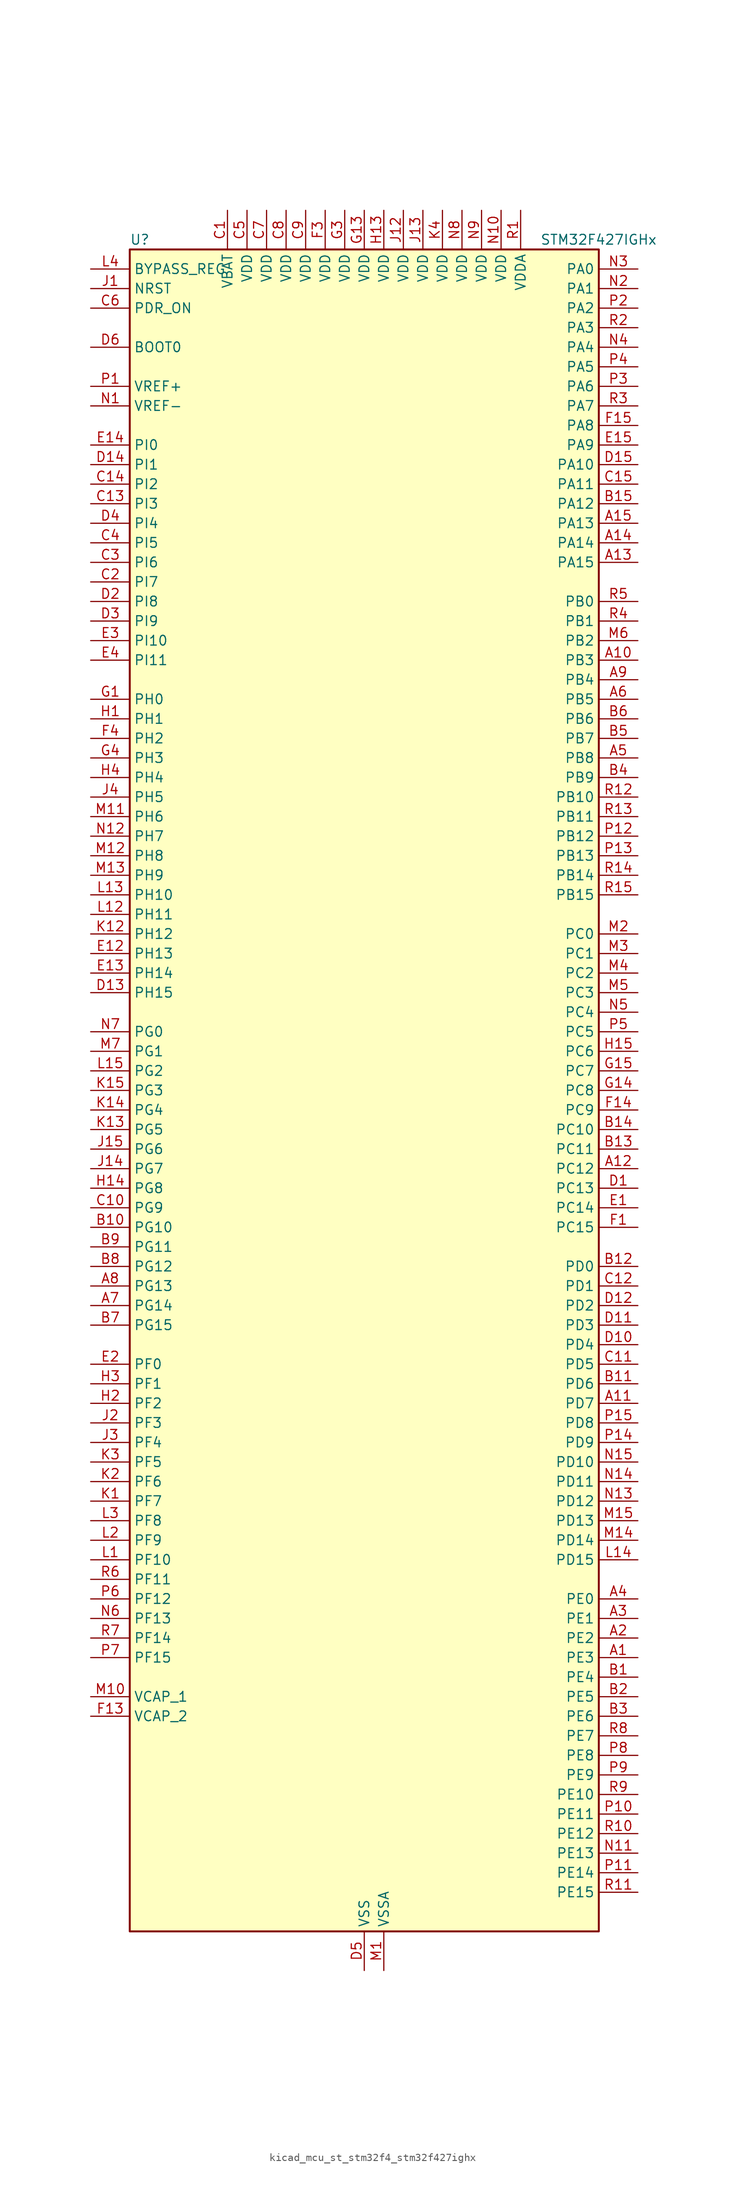
<source format=kicad_sym>
(kicad_symbol_lib
  (version 20220914)
  (generator kicad_symbol_editor)
  (symbol "kicad_mcu_st_stm32f4_stm32f427ighx"
    (property "Reference" "U"
      (at -30.48 110.49 0)
      (effects (font (size 1.27 1.27)) (justify left)))
    (property "Value" "STM32F427IGHx"
      (at 22.86 110.49 0)
      (effects (font (size 1.27 1.27)) (justify left)))
    (property "ki_locked" ""
      (at 0 0 0)
      (effects (font (size 1.27 1.27))))
    (symbol "kicad_mcu_st_stm32f4_stm32f427ighx_0_1"
      (rectangle (start -30.48 -109.22) (end 30.48 109.22) (stroke (width 0.254) (type default)) (fill (type background))))
    (symbol "kicad_mcu_st_stm32f4_stm32f427ighx_1_1"
      (pin bidirectional line (at 35.56 -73.66 180) (length 5.08) (name "PE3" (effects (font (size 1.27 1.27)))) (number "A1" (effects (font (size 1.27 1.27)))) (alternate "FMC_A19" bidirectional line) (alternate "SAI1_SD_B" bidirectional line) (alternate "SYS_TRACED0" bidirectional line))
      (pin bidirectional line (at 35.56 55.88 180) (length 5.08) (name "PB3" (effects (font (size 1.27 1.27)))) (number "A10" (effects (font (size 1.27 1.27)))) (alternate "I2S3_CK" bidirectional line) (alternate "SPI1_SCK" bidirectional line) (alternate "SPI3_SCK" bidirectional line) (alternate "SYS_JTDO-SWO" bidirectional line) (alternate "TIM2_CH2" bidirectional line))
      (pin bidirectional line (at 35.56 -40.64 180) (length 5.08) (name "PD7" (effects (font (size 1.27 1.27)))) (number "A11" (effects (font (size 1.27 1.27)))) (alternate "FMC_NCE2" bidirectional line) (alternate "FMC_NE1" bidirectional line) (alternate "USART2_CK" bidirectional line))
      (pin bidirectional line (at 35.56 -10.16 180) (length 5.08) (name "PC12" (effects (font (size 1.27 1.27)))) (number "A12" (effects (font (size 1.27 1.27)))) (alternate "DCMI_D9" bidirectional line) (alternate "I2S3_SD" bidirectional line) (alternate "SDIO_CK" bidirectional line) (alternate "SPI3_MOSI" bidirectional line) (alternate "UART5_TX" bidirectional line) (alternate "USART3_CK" bidirectional line))
      (pin bidirectional line (at 35.56 68.58 180) (length 5.08) (name "PA15" (effects (font (size 1.27 1.27)))) (number "A13" (effects (font (size 1.27 1.27)))) (alternate "ADC1_EXTI15" bidirectional line) (alternate "ADC2_EXTI15" bidirectional line) (alternate "ADC3_EXTI15" bidirectional line) (alternate "I2S3_WS" bidirectional line) (alternate "SPI1_NSS" bidirectional line) (alternate "SPI3_NSS" bidirectional line) (alternate "SYS_JTDI" bidirectional line) (alternate "TIM2_CH1" bidirectional line) (alternate "TIM2_ETR" bidirectional line))
      (pin bidirectional line (at 35.56 71.12 180) (length 5.08) (name "PA14" (effects (font (size 1.27 1.27)))) (number "A14" (effects (font (size 1.27 1.27)))) (alternate "SYS_JTCK-SWCLK" bidirectional line))
      (pin bidirectional line (at 35.56 73.66 180) (length 5.08) (name "PA13" (effects (font (size 1.27 1.27)))) (number "A15" (effects (font (size 1.27 1.27)))) (alternate "SYS_JTMS-SWDIO" bidirectional line))
      (pin bidirectional line (at 35.56 -71.12 180) (length 5.08) (name "PE2" (effects (font (size 1.27 1.27)))) (number "A2" (effects (font (size 1.27 1.27)))) (alternate "ETH_TXD3" bidirectional line) (alternate "FMC_A23" bidirectional line) (alternate "SAI1_MCLK_A" bidirectional line) (alternate "SPI4_SCK" bidirectional line) (alternate "SYS_TRACECLK" bidirectional line))
      (pin bidirectional line (at 35.56 -68.58 180) (length 5.08) (name "PE1" (effects (font (size 1.27 1.27)))) (number "A3" (effects (font (size 1.27 1.27)))) (alternate "DCMI_D3" bidirectional line) (alternate "FMC_NBL1" bidirectional line) (alternate "UART8_TX" bidirectional line))
      (pin bidirectional line (at 35.56 -66.04 180) (length 5.08) (name "PE0" (effects (font (size 1.27 1.27)))) (number "A4" (effects (font (size 1.27 1.27)))) (alternate "DCMI_D2" bidirectional line) (alternate "FMC_NBL0" bidirectional line) (alternate "TIM4_ETR" bidirectional line) (alternate "UART8_RX" bidirectional line))
      (pin bidirectional line (at 35.56 43.18 180) (length 5.08) (name "PB8" (effects (font (size 1.27 1.27)))) (number "A5" (effects (font (size 1.27 1.27)))) (alternate "CAN1_RX" bidirectional line) (alternate "DCMI_D6" bidirectional line) (alternate "ETH_TXD3" bidirectional line) (alternate "I2C1_SCL" bidirectional line) (alternate "SDIO_D4" bidirectional line) (alternate "TIM10_CH1" bidirectional line) (alternate "TIM4_CH3" bidirectional line))
      (pin bidirectional line (at 35.56 50.8 180) (length 5.08) (name "PB5" (effects (font (size 1.27 1.27)))) (number "A6" (effects (font (size 1.27 1.27)))) (alternate "CAN2_RX" bidirectional line) (alternate "DCMI_D10" bidirectional line) (alternate "ETH_PPS_OUT" bidirectional line) (alternate "FMC_SDCKE1" bidirectional line) (alternate "I2C1_SMBA" bidirectional line) (alternate "I2S3_SD" bidirectional line) (alternate "SPI1_MOSI" bidirectional line) (alternate "SPI3_MOSI" bidirectional line) (alternate "TIM3_CH2" bidirectional line) (alternate "USB_OTG_HS_ULPI_D7" bidirectional line))
      (pin bidirectional line (at -35.56 -27.94 0) (length 5.08) (name "PG14" (effects (font (size 1.27 1.27)))) (number "A7" (effects (font (size 1.27 1.27)))) (alternate "ETH_TXD1" bidirectional line) (alternate "FMC_A25" bidirectional line) (alternate "SPI6_MOSI" bidirectional line) (alternate "USART6_TX" bidirectional line))
      (pin bidirectional line (at -35.56 -25.4 0) (length 5.08) (name "PG13" (effects (font (size 1.27 1.27)))) (number "A8" (effects (font (size 1.27 1.27)))) (alternate "ETH_TXD0" bidirectional line) (alternate "FMC_A24" bidirectional line) (alternate "SPI6_SCK" bidirectional line) (alternate "USART6_CTS" bidirectional line))
      (pin bidirectional line (at 35.56 53.34 180) (length 5.08) (name "PB4" (effects (font (size 1.27 1.27)))) (number "A9" (effects (font (size 1.27 1.27)))) (alternate "I2S3_ext_SD" bidirectional line) (alternate "SPI1_MISO" bidirectional line) (alternate "SPI3_MISO" bidirectional line) (alternate "SYS_JTRST" bidirectional line) (alternate "TIM3_CH1" bidirectional line))
      (pin bidirectional line (at 35.56 -76.2 180) (length 5.08) (name "PE4" (effects (font (size 1.27 1.27)))) (number "B1" (effects (font (size 1.27 1.27)))) (alternate "DCMI_D4" bidirectional line) (alternate "FMC_A20" bidirectional line) (alternate "SAI1_FS_A" bidirectional line) (alternate "SPI4_NSS" bidirectional line) (alternate "SYS_TRACED1" bidirectional line))
      (pin bidirectional line (at -35.56 -17.78 0) (length 5.08) (name "PG10" (effects (font (size 1.27 1.27)))) (number "B10" (effects (font (size 1.27 1.27)))) (alternate "DCMI_D2" bidirectional line) (alternate "FMC_NCE4_1" bidirectional line) (alternate "FMC_NE3" bidirectional line))
      (pin bidirectional line (at 35.56 -38.1 180) (length 5.08) (name "PD6" (effects (font (size 1.27 1.27)))) (number "B11" (effects (font (size 1.27 1.27)))) (alternate "DCMI_D10" bidirectional line) (alternate "FMC_NWAIT" bidirectional line) (alternate "I2S3_SD" bidirectional line) (alternate "SAI1_SD_A" bidirectional line) (alternate "SPI3_MOSI" bidirectional line) (alternate "USART2_RX" bidirectional line))
      (pin bidirectional line (at 35.56 -22.86 180) (length 5.08) (name "PD0" (effects (font (size 1.27 1.27)))) (number "B12" (effects (font (size 1.27 1.27)))) (alternate "CAN1_RX" bidirectional line) (alternate "FMC_D2" bidirectional line) (alternate "FMC_DA2" bidirectional line))
      (pin bidirectional line (at 35.56 -7.62 180) (length 5.08) (name "PC11" (effects (font (size 1.27 1.27)))) (number "B13" (effects (font (size 1.27 1.27)))) (alternate "ADC1_EXTI11" bidirectional line) (alternate "ADC2_EXTI11" bidirectional line) (alternate "ADC3_EXTI11" bidirectional line) (alternate "DCMI_D4" bidirectional line) (alternate "I2S3_ext_SD" bidirectional line) (alternate "SDIO_D3" bidirectional line) (alternate "SPI3_MISO" bidirectional line) (alternate "UART4_RX" bidirectional line) (alternate "USART3_RX" bidirectional line))
      (pin bidirectional line (at 35.56 -5.08 180) (length 5.08) (name "PC10" (effects (font (size 1.27 1.27)))) (number "B14" (effects (font (size 1.27 1.27)))) (alternate "DCMI_D8" bidirectional line) (alternate "I2S3_CK" bidirectional line) (alternate "SDIO_D2" bidirectional line) (alternate "SPI3_SCK" bidirectional line) (alternate "UART4_TX" bidirectional line) (alternate "USART3_TX" bidirectional line))
      (pin bidirectional line (at 35.56 76.2 180) (length 5.08) (name "PA12" (effects (font (size 1.27 1.27)))) (number "B15" (effects (font (size 1.27 1.27)))) (alternate "CAN1_TX" bidirectional line) (alternate "TIM1_ETR" bidirectional line) (alternate "USART1_RTS" bidirectional line) (alternate "USB_OTG_FS_DP" bidirectional line))
      (pin bidirectional line (at 35.56 -78.74 180) (length 5.08) (name "PE5" (effects (font (size 1.27 1.27)))) (number "B2" (effects (font (size 1.27 1.27)))) (alternate "DCMI_D6" bidirectional line) (alternate "FMC_A21" bidirectional line) (alternate "SAI1_SCK_A" bidirectional line) (alternate "SPI4_MISO" bidirectional line) (alternate "SYS_TRACED2" bidirectional line) (alternate "TIM9_CH1" bidirectional line))
      (pin bidirectional line (at 35.56 -81.28 180) (length 5.08) (name "PE6" (effects (font (size 1.27 1.27)))) (number "B3" (effects (font (size 1.27 1.27)))) (alternate "DCMI_D7" bidirectional line) (alternate "FMC_A22" bidirectional line) (alternate "SAI1_SD_A" bidirectional line) (alternate "SPI4_MOSI" bidirectional line) (alternate "SYS_TRACED3" bidirectional line) (alternate "TIM9_CH2" bidirectional line))
      (pin bidirectional line (at 35.56 40.64 180) (length 5.08) (name "PB9" (effects (font (size 1.27 1.27)))) (number "B4" (effects (font (size 1.27 1.27)))) (alternate "CAN1_TX" bidirectional line) (alternate "DAC_EXTI9" bidirectional line) (alternate "DCMI_D7" bidirectional line) (alternate "I2C1_SDA" bidirectional line) (alternate "I2S2_WS" bidirectional line) (alternate "SDIO_D5" bidirectional line) (alternate "SPI2_NSS" bidirectional line) (alternate "TIM11_CH1" bidirectional line) (alternate "TIM4_CH4" bidirectional line))
      (pin bidirectional line (at 35.56 45.72 180) (length 5.08) (name "PB7" (effects (font (size 1.27 1.27)))) (number "B5" (effects (font (size 1.27 1.27)))) (alternate "DCMI_VSYNC" bidirectional line) (alternate "FMC_NL" bidirectional line) (alternate "I2C1_SDA" bidirectional line) (alternate "TIM4_CH2" bidirectional line) (alternate "USART1_RX" bidirectional line))
      (pin bidirectional line (at 35.56 48.26 180) (length 5.08) (name "PB6" (effects (font (size 1.27 1.27)))) (number "B6" (effects (font (size 1.27 1.27)))) (alternate "CAN2_TX" bidirectional line) (alternate "DCMI_D5" bidirectional line) (alternate "FMC_SDNE1" bidirectional line) (alternate "I2C1_SCL" bidirectional line) (alternate "TIM4_CH1" bidirectional line) (alternate "USART1_TX" bidirectional line))
      (pin bidirectional line (at -35.56 -30.48 0) (length 5.08) (name "PG15" (effects (font (size 1.27 1.27)))) (number "B7" (effects (font (size 1.27 1.27)))) (alternate "ADC1_EXTI15" bidirectional line) (alternate "ADC2_EXTI15" bidirectional line) (alternate "ADC3_EXTI15" bidirectional line) (alternate "DCMI_D13" bidirectional line) (alternate "FMC_SDNCAS" bidirectional line) (alternate "USART6_CTS" bidirectional line))
      (pin bidirectional line (at -35.56 -22.86 0) (length 5.08) (name "PG12" (effects (font (size 1.27 1.27)))) (number "B8" (effects (font (size 1.27 1.27)))) (alternate "FMC_NE4" bidirectional line) (alternate "SPI6_MISO" bidirectional line) (alternate "USART6_RTS" bidirectional line))
      (pin bidirectional line (at -35.56 -20.32 0) (length 5.08) (name "PG11" (effects (font (size 1.27 1.27)))) (number "B9" (effects (font (size 1.27 1.27)))) (alternate "ADC1_EXTI11" bidirectional line) (alternate "ADC2_EXTI11" bidirectional line) (alternate "ADC3_EXTI11" bidirectional line) (alternate "DCMI_D3" bidirectional line) (alternate "ETH_TX_EN" bidirectional line) (alternate "FMC_NCE4_2" bidirectional line))
      (pin power_in line (at -17.78 114.3 270) (length 5.08) (name "VBAT" (effects (font (size 1.27 1.27)))) (number "C1" (effects (font (size 1.27 1.27)))))
      (pin bidirectional line (at -35.56 -15.24 0) (length 5.08) (name "PG9" (effects (font (size 1.27 1.27)))) (number "C10" (effects (font (size 1.27 1.27)))) (alternate "DAC_EXTI9" bidirectional line) (alternate "DCMI_VSYNC" bidirectional line) (alternate "FMC_NCE3" bidirectional line) (alternate "FMC_NE2" bidirectional line) (alternate "USART6_RX" bidirectional line))
      (pin bidirectional line (at 35.56 -35.56 180) (length 5.08) (name "PD5" (effects (font (size 1.27 1.27)))) (number "C11" (effects (font (size 1.27 1.27)))) (alternate "FMC_NWE" bidirectional line) (alternate "USART2_TX" bidirectional line))
      (pin bidirectional line (at 35.56 -25.4 180) (length 5.08) (name "PD1" (effects (font (size 1.27 1.27)))) (number "C12" (effects (font (size 1.27 1.27)))) (alternate "CAN1_TX" bidirectional line) (alternate "FMC_D3" bidirectional line) (alternate "FMC_DA3" bidirectional line))
      (pin bidirectional line (at -35.56 76.2 0) (length 5.08) (name "PI3" (effects (font (size 1.27 1.27)))) (number "C13" (effects (font (size 1.27 1.27)))) (alternate "DCMI_D10" bidirectional line) (alternate "FMC_D27" bidirectional line) (alternate "I2S2_SD" bidirectional line) (alternate "SPI2_MOSI" bidirectional line) (alternate "TIM8_ETR" bidirectional line))
      (pin bidirectional line (at -35.56 78.74 0) (length 5.08) (name "PI2" (effects (font (size 1.27 1.27)))) (number "C14" (effects (font (size 1.27 1.27)))) (alternate "DCMI_D9" bidirectional line) (alternate "FMC_D26" bidirectional line) (alternate "I2S2_ext_SD" bidirectional line) (alternate "SPI2_MISO" bidirectional line) (alternate "TIM8_CH4" bidirectional line))
      (pin bidirectional line (at 35.56 78.74 180) (length 5.08) (name "PA11" (effects (font (size 1.27 1.27)))) (number "C15" (effects (font (size 1.27 1.27)))) (alternate "ADC1_EXTI11" bidirectional line) (alternate "ADC2_EXTI11" bidirectional line) (alternate "ADC3_EXTI11" bidirectional line) (alternate "CAN1_RX" bidirectional line) (alternate "TIM1_CH4" bidirectional line) (alternate "USART1_CTS" bidirectional line) (alternate "USB_OTG_FS_DM" bidirectional line))
      (pin bidirectional line (at -35.56 66.04 0) (length 5.08) (name "PI7" (effects (font (size 1.27 1.27)))) (number "C2" (effects (font (size 1.27 1.27)))) (alternate "DCMI_D7" bidirectional line) (alternate "FMC_D29" bidirectional line) (alternate "TIM8_CH3" bidirectional line))
      (pin bidirectional line (at -35.56 68.58 0) (length 5.08) (name "PI6" (effects (font (size 1.27 1.27)))) (number "C3" (effects (font (size 1.27 1.27)))) (alternate "DCMI_D6" bidirectional line) (alternate "FMC_D28" bidirectional line) (alternate "TIM8_CH2" bidirectional line))
      (pin bidirectional line (at -35.56 71.12 0) (length 5.08) (name "PI5" (effects (font (size 1.27 1.27)))) (number "C4" (effects (font (size 1.27 1.27)))) (alternate "DCMI_VSYNC" bidirectional line) (alternate "FMC_NBL3" bidirectional line) (alternate "TIM8_CH1" bidirectional line))
      (pin power_in line (at -15.24 114.3 270) (length 5.08) (name "VDD" (effects (font (size 1.27 1.27)))) (number "C5" (effects (font (size 1.27 1.27)))))
      (pin input line (at -35.56 101.6 0) (length 5.08) (name "PDR_ON" (effects (font (size 1.27 1.27)))) (number "C6" (effects (font (size 1.27 1.27)))))
      (pin power_in line (at -12.7 114.3 270) (length 5.08) (name "VDD" (effects (font (size 1.27 1.27)))) (number "C7" (effects (font (size 1.27 1.27)))))
      (pin power_in line (at -10.16 114.3 270) (length 5.08) (name "VDD" (effects (font (size 1.27 1.27)))) (number "C8" (effects (font (size 1.27 1.27)))))
      (pin power_in line (at -7.62 114.3 270) (length 5.08) (name "VDD" (effects (font (size 1.27 1.27)))) (number "C9" (effects (font (size 1.27 1.27)))))
      (pin bidirectional line (at 35.56 -12.7 180) (length 5.08) (name "PC13" (effects (font (size 1.27 1.27)))) (number "D1" (effects (font (size 1.27 1.27)))) (alternate "RTC_AF1" bidirectional line))
      (pin bidirectional line (at 35.56 -33.02 180) (length 5.08) (name "PD4" (effects (font (size 1.27 1.27)))) (number "D10" (effects (font (size 1.27 1.27)))) (alternate "FMC_NOE" bidirectional line) (alternate "USART2_RTS" bidirectional line))
      (pin bidirectional line (at 35.56 -30.48 180) (length 5.08) (name "PD3" (effects (font (size 1.27 1.27)))) (number "D11" (effects (font (size 1.27 1.27)))) (alternate "DCMI_D5" bidirectional line) (alternate "FMC_CLK" bidirectional line) (alternate "I2S2_CK" bidirectional line) (alternate "SPI2_SCK" bidirectional line) (alternate "USART2_CTS" bidirectional line))
      (pin bidirectional line (at 35.56 -27.94 180) (length 5.08) (name "PD2" (effects (font (size 1.27 1.27)))) (number "D12" (effects (font (size 1.27 1.27)))) (alternate "DCMI_D11" bidirectional line) (alternate "SDIO_CMD" bidirectional line) (alternate "TIM3_ETR" bidirectional line) (alternate "UART5_RX" bidirectional line))
      (pin bidirectional line (at -35.56 12.7 0) (length 5.08) (name "PH15" (effects (font (size 1.27 1.27)))) (number "D13" (effects (font (size 1.27 1.27)))) (alternate "ADC1_EXTI15" bidirectional line) (alternate "ADC2_EXTI15" bidirectional line) (alternate "ADC3_EXTI15" bidirectional line) (alternate "DCMI_D11" bidirectional line) (alternate "FMC_D23" bidirectional line) (alternate "TIM8_CH3N" bidirectional line))
      (pin bidirectional line (at -35.56 81.28 0) (length 5.08) (name "PI1" (effects (font (size 1.27 1.27)))) (number "D14" (effects (font (size 1.27 1.27)))) (alternate "DCMI_D8" bidirectional line) (alternate "FMC_D25" bidirectional line) (alternate "I2S2_CK" bidirectional line) (alternate "SPI2_SCK" bidirectional line))
      (pin bidirectional line (at 35.56 81.28 180) (length 5.08) (name "PA10" (effects (font (size 1.27 1.27)))) (number "D15" (effects (font (size 1.27 1.27)))) (alternate "DCMI_D1" bidirectional line) (alternate "TIM1_CH3" bidirectional line) (alternate "USART1_RX" bidirectional line) (alternate "USB_OTG_FS_ID" bidirectional line))
      (pin bidirectional line (at -35.56 63.5 0) (length 5.08) (name "PI8" (effects (font (size 1.27 1.27)))) (number "D2" (effects (font (size 1.27 1.27)))) (alternate "RTC_AF2" bidirectional line))
      (pin bidirectional line (at -35.56 60.96 0) (length 5.08) (name "PI9" (effects (font (size 1.27 1.27)))) (number "D3" (effects (font (size 1.27 1.27)))) (alternate "CAN1_RX" bidirectional line) (alternate "DAC_EXTI9" bidirectional line) (alternate "FMC_D30" bidirectional line))
      (pin bidirectional line (at -35.56 73.66 0) (length 5.08) (name "PI4" (effects (font (size 1.27 1.27)))) (number "D4" (effects (font (size 1.27 1.27)))) (alternate "DCMI_D5" bidirectional line) (alternate "FMC_NBL2" bidirectional line) (alternate "TIM8_BKIN" bidirectional line))
      (pin power_in line (at 0 -114.3 90) (length 5.08) (name "VSS" (effects (font (size 1.27 1.27)))) (number "D5" (effects (font (size 1.27 1.27)))))
      (pin input line (at -35.56 96.52 0) (length 5.08) (name "BOOT0" (effects (font (size 1.27 1.27)))) (number "D6" (effects (font (size 1.27 1.27)))))
      (pin passive line (at 0 -114.3 90) (length 5.08) hide (name "VSS" (effects (font (size 1.27 1.27)))) (number "D7" (effects (font (size 1.27 1.27)))))
      (pin passive line (at 0 -114.3 90) (length 5.08) hide (name "VSS" (effects (font (size 1.27 1.27)))) (number "D8" (effects (font (size 1.27 1.27)))))
      (pin passive line (at 0 -114.3 90) (length 5.08) hide (name "VSS" (effects (font (size 1.27 1.27)))) (number "D9" (effects (font (size 1.27 1.27)))))
      (pin bidirectional line (at 35.56 -15.24 180) (length 5.08) (name "PC14" (effects (font (size 1.27 1.27)))) (number "E1" (effects (font (size 1.27 1.27)))) (alternate "RCC_OSC32_IN" bidirectional line))
      (pin bidirectional line (at -35.56 17.78 0) (length 5.08) (name "PH13" (effects (font (size 1.27 1.27)))) (number "E12" (effects (font (size 1.27 1.27)))) (alternate "CAN1_TX" bidirectional line) (alternate "FMC_D21" bidirectional line) (alternate "TIM8_CH1N" bidirectional line))
      (pin bidirectional line (at -35.56 15.24 0) (length 5.08) (name "PH14" (effects (font (size 1.27 1.27)))) (number "E13" (effects (font (size 1.27 1.27)))) (alternate "DCMI_D4" bidirectional line) (alternate "FMC_D22" bidirectional line) (alternate "TIM8_CH2N" bidirectional line))
      (pin bidirectional line (at -35.56 83.82 0) (length 5.08) (name "PI0" (effects (font (size 1.27 1.27)))) (number "E14" (effects (font (size 1.27 1.27)))) (alternate "DCMI_D13" bidirectional line) (alternate "FMC_D24" bidirectional line) (alternate "I2S2_WS" bidirectional line) (alternate "SPI2_NSS" bidirectional line) (alternate "TIM5_CH4" bidirectional line))
      (pin bidirectional line (at 35.56 83.82 180) (length 5.08) (name "PA9" (effects (font (size 1.27 1.27)))) (number "E15" (effects (font (size 1.27 1.27)))) (alternate "DAC_EXTI9" bidirectional line) (alternate "DCMI_D0" bidirectional line) (alternate "I2C3_SMBA" bidirectional line) (alternate "TIM1_CH2" bidirectional line) (alternate "USART1_TX" bidirectional line) (alternate "USB_OTG_FS_VBUS" bidirectional line))
      (pin bidirectional line (at -35.56 -35.56 0) (length 5.08) (name "PF0" (effects (font (size 1.27 1.27)))) (number "E2" (effects (font (size 1.27 1.27)))) (alternate "FMC_A0" bidirectional line) (alternate "I2C2_SDA" bidirectional line))
      (pin bidirectional line (at -35.56 58.42 0) (length 5.08) (name "PI10" (effects (font (size 1.27 1.27)))) (number "E3" (effects (font (size 1.27 1.27)))) (alternate "ETH_RX_ER" bidirectional line) (alternate "FMC_D31" bidirectional line))
      (pin bidirectional line (at -35.56 55.88 0) (length 5.08) (name "PI11" (effects (font (size 1.27 1.27)))) (number "E4" (effects (font (size 1.27 1.27)))) (alternate "ADC1_EXTI11" bidirectional line) (alternate "ADC2_EXTI11" bidirectional line) (alternate "ADC3_EXTI11" bidirectional line) (alternate "USB_OTG_HS_ULPI_DIR" bidirectional line))
      (pin bidirectional line (at 35.56 -17.78 180) (length 5.08) (name "PC15" (effects (font (size 1.27 1.27)))) (number "F1" (effects (font (size 1.27 1.27)))) (alternate "ADC1_EXTI15" bidirectional line) (alternate "ADC2_EXTI15" bidirectional line) (alternate "ADC3_EXTI15" bidirectional line) (alternate "RCC_OSC32_OUT" bidirectional line))
      (pin passive line (at 0 -114.3 90) (length 5.08) hide (name "VSS" (effects (font (size 1.27 1.27)))) (number "F10" (effects (font (size 1.27 1.27)))))
      (pin passive line (at 0 -114.3 90) (length 5.08) hide (name "VSS" (effects (font (size 1.27 1.27)))) (number "F12" (effects (font (size 1.27 1.27)))))
      (pin power_out line (at -35.56 -81.28 0) (length 5.08) (name "VCAP_2" (effects (font (size 1.27 1.27)))) (number "F13" (effects (font (size 1.27 1.27)))))
      (pin bidirectional line (at 35.56 -2.54 180) (length 5.08) (name "PC9" (effects (font (size 1.27 1.27)))) (number "F14" (effects (font (size 1.27 1.27)))) (alternate "DAC_EXTI9" bidirectional line) (alternate "DCMI_D3" bidirectional line) (alternate "I2C3_SDA" bidirectional line) (alternate "I2S_CKIN" bidirectional line) (alternate "RCC_MCO_2" bidirectional line) (alternate "SDIO_D1" bidirectional line) (alternate "TIM3_CH4" bidirectional line) (alternate "TIM8_CH4" bidirectional line))
      (pin bidirectional line (at 35.56 86.36 180) (length 5.08) (name "PA8" (effects (font (size 1.27 1.27)))) (number "F15" (effects (font (size 1.27 1.27)))) (alternate "I2C3_SCL" bidirectional line) (alternate "RCC_MCO_1" bidirectional line) (alternate "TIM1_CH1" bidirectional line) (alternate "USART1_CK" bidirectional line) (alternate "USB_OTG_FS_SOF" bidirectional line))
      (pin passive line (at 0 -114.3 90) (length 5.08) hide (name "VSS" (effects (font (size 1.27 1.27)))) (number "F2" (effects (font (size 1.27 1.27)))))
      (pin power_in line (at -5.08 114.3 270) (length 5.08) (name "VDD" (effects (font (size 1.27 1.27)))) (number "F3" (effects (font (size 1.27 1.27)))))
      (pin bidirectional line (at -35.56 45.72 0) (length 5.08) (name "PH2" (effects (font (size 1.27 1.27)))) (number "F4" (effects (font (size 1.27 1.27)))) (alternate "ETH_CRS" bidirectional line) (alternate "FMC_SDCKE0" bidirectional line))
      (pin passive line (at 0 -114.3 90) (length 5.08) hide (name "VSS" (effects (font (size 1.27 1.27)))) (number "F6" (effects (font (size 1.27 1.27)))))
      (pin passive line (at 0 -114.3 90) (length 5.08) hide (name "VSS" (effects (font (size 1.27 1.27)))) (number "F7" (effects (font (size 1.27 1.27)))))
      (pin passive line (at 0 -114.3 90) (length 5.08) hide (name "VSS" (effects (font (size 1.27 1.27)))) (number "F8" (effects (font (size 1.27 1.27)))))
      (pin passive line (at 0 -114.3 90) (length 5.08) hide (name "VSS" (effects (font (size 1.27 1.27)))) (number "F9" (effects (font (size 1.27 1.27)))))
      (pin bidirectional line (at -35.56 50.8 0) (length 5.08) (name "PH0" (effects (font (size 1.27 1.27)))) (number "G1" (effects (font (size 1.27 1.27)))) (alternate "RCC_OSC_IN" bidirectional line))
      (pin passive line (at 0 -114.3 90) (length 5.08) hide (name "VSS" (effects (font (size 1.27 1.27)))) (number "G10" (effects (font (size 1.27 1.27)))))
      (pin passive line (at 0 -114.3 90) (length 5.08) hide (name "VSS" (effects (font (size 1.27 1.27)))) (number "G12" (effects (font (size 1.27 1.27)))))
      (pin power_in line (at 0 114.3 270) (length 5.08) (name "VDD" (effects (font (size 1.27 1.27)))) (number "G13" (effects (font (size 1.27 1.27)))))
      (pin bidirectional line (at 35.56 0 180) (length 5.08) (name "PC8" (effects (font (size 1.27 1.27)))) (number "G14" (effects (font (size 1.27 1.27)))) (alternate "DCMI_D2" bidirectional line) (alternate "SDIO_D0" bidirectional line) (alternate "TIM3_CH3" bidirectional line) (alternate "TIM8_CH3" bidirectional line) (alternate "USART6_CK" bidirectional line))
      (pin bidirectional line (at 35.56 2.54 180) (length 5.08) (name "PC7" (effects (font (size 1.27 1.27)))) (number "G15" (effects (font (size 1.27 1.27)))) (alternate "DCMI_D1" bidirectional line) (alternate "I2S3_MCK" bidirectional line) (alternate "SDIO_D7" bidirectional line) (alternate "TIM3_CH2" bidirectional line) (alternate "TIM8_CH2" bidirectional line) (alternate "USART6_RX" bidirectional line))
      (pin passive line (at 0 -114.3 90) (length 5.08) hide (name "VSS" (effects (font (size 1.27 1.27)))) (number "G2" (effects (font (size 1.27 1.27)))))
      (pin power_in line (at -2.54 114.3 270) (length 5.08) (name "VDD" (effects (font (size 1.27 1.27)))) (number "G3" (effects (font (size 1.27 1.27)))))
      (pin bidirectional line (at -35.56 43.18 0) (length 5.08) (name "PH3" (effects (font (size 1.27 1.27)))) (number "G4" (effects (font (size 1.27 1.27)))) (alternate "ETH_COL" bidirectional line) (alternate "FMC_SDNE0" bidirectional line))
      (pin passive line (at 0 -114.3 90) (length 5.08) hide (name "VSS" (effects (font (size 1.27 1.27)))) (number "G6" (effects (font (size 1.27 1.27)))))
      (pin passive line (at 0 -114.3 90) (length 5.08) hide (name "VSS" (effects (font (size 1.27 1.27)))) (number "G7" (effects (font (size 1.27 1.27)))))
      (pin passive line (at 0 -114.3 90) (length 5.08) hide (name "VSS" (effects (font (size 1.27 1.27)))) (number "G8" (effects (font (size 1.27 1.27)))))
      (pin passive line (at 0 -114.3 90) (length 5.08) hide (name "VSS" (effects (font (size 1.27 1.27)))) (number "G9" (effects (font (size 1.27 1.27)))))
      (pin bidirectional line (at -35.56 48.26 0) (length 5.08) (name "PH1" (effects (font (size 1.27 1.27)))) (number "H1" (effects (font (size 1.27 1.27)))) (alternate "RCC_OSC_OUT" bidirectional line))
      (pin passive line (at 0 -114.3 90) (length 5.08) hide (name "VSS" (effects (font (size 1.27 1.27)))) (number "H10" (effects (font (size 1.27 1.27)))))
      (pin passive line (at 0 -114.3 90) (length 5.08) hide (name "VSS" (effects (font (size 1.27 1.27)))) (number "H12" (effects (font (size 1.27 1.27)))))
      (pin power_in line (at 2.54 114.3 270) (length 5.08) (name "VDD" (effects (font (size 1.27 1.27)))) (number "H13" (effects (font (size 1.27 1.27)))))
      (pin bidirectional line (at -35.56 -12.7 0) (length 5.08) (name "PG8" (effects (font (size 1.27 1.27)))) (number "H14" (effects (font (size 1.27 1.27)))) (alternate "ETH_PPS_OUT" bidirectional line) (alternate "FMC_SDCLK" bidirectional line) (alternate "SPI6_NSS" bidirectional line) (alternate "USART6_RTS" bidirectional line))
      (pin bidirectional line (at 35.56 5.08 180) (length 5.08) (name "PC6" (effects (font (size 1.27 1.27)))) (number "H15" (effects (font (size 1.27 1.27)))) (alternate "DCMI_D0" bidirectional line) (alternate "I2S2_MCK" bidirectional line) (alternate "SDIO_D6" bidirectional line) (alternate "TIM3_CH1" bidirectional line) (alternate "TIM8_CH1" bidirectional line) (alternate "USART6_TX" bidirectional line))
      (pin bidirectional line (at -35.56 -40.64 0) (length 5.08) (name "PF2" (effects (font (size 1.27 1.27)))) (number "H2" (effects (font (size 1.27 1.27)))) (alternate "FMC_A2" bidirectional line) (alternate "I2C2_SMBA" bidirectional line))
      (pin bidirectional line (at -35.56 -38.1 0) (length 5.08) (name "PF1" (effects (font (size 1.27 1.27)))) (number "H3" (effects (font (size 1.27 1.27)))) (alternate "FMC_A1" bidirectional line) (alternate "I2C2_SCL" bidirectional line))
      (pin bidirectional line (at -35.56 40.64 0) (length 5.08) (name "PH4" (effects (font (size 1.27 1.27)))) (number "H4" (effects (font (size 1.27 1.27)))) (alternate "I2C2_SCL" bidirectional line) (alternate "USB_OTG_HS_ULPI_NXT" bidirectional line))
      (pin passive line (at 0 -114.3 90) (length 5.08) hide (name "VSS" (effects (font (size 1.27 1.27)))) (number "H6" (effects (font (size 1.27 1.27)))))
      (pin passive line (at 0 -114.3 90) (length 5.08) hide (name "VSS" (effects (font (size 1.27 1.27)))) (number "H7" (effects (font (size 1.27 1.27)))))
      (pin passive line (at 0 -114.3 90) (length 5.08) hide (name "VSS" (effects (font (size 1.27 1.27)))) (number "H8" (effects (font (size 1.27 1.27)))))
      (pin passive line (at 0 -114.3 90) (length 5.08) hide (name "VSS" (effects (font (size 1.27 1.27)))) (number "H9" (effects (font (size 1.27 1.27)))))
      (pin input line (at -35.56 104.14 0) (length 5.08) (name "NRST" (effects (font (size 1.27 1.27)))) (number "J1" (effects (font (size 1.27 1.27)))))
      (pin passive line (at 0 -114.3 90) (length 5.08) hide (name "VSS" (effects (font (size 1.27 1.27)))) (number "J10" (effects (font (size 1.27 1.27)))))
      (pin power_in line (at 5.08 114.3 270) (length 5.08) (name "VDD" (effects (font (size 1.27 1.27)))) (number "J12" (effects (font (size 1.27 1.27)))))
      (pin power_in line (at 7.62 114.3 270) (length 5.08) (name "VDD" (effects (font (size 1.27 1.27)))) (number "J13" (effects (font (size 1.27 1.27)))))
      (pin bidirectional line (at -35.56 -10.16 0) (length 5.08) (name "PG7" (effects (font (size 1.27 1.27)))) (number "J14" (effects (font (size 1.27 1.27)))) (alternate "DCMI_D13" bidirectional line) (alternate "FMC_INT3" bidirectional line) (alternate "USART6_CK" bidirectional line))
      (pin bidirectional line (at -35.56 -7.62 0) (length 5.08) (name "PG6" (effects (font (size 1.27 1.27)))) (number "J15" (effects (font (size 1.27 1.27)))) (alternate "DCMI_D12" bidirectional line) (alternate "FMC_INT2" bidirectional line))
      (pin bidirectional line (at -35.56 -43.18 0) (length 5.08) (name "PF3" (effects (font (size 1.27 1.27)))) (number "J2" (effects (font (size 1.27 1.27)))) (alternate "ADC3_IN9" bidirectional line) (alternate "FMC_A3" bidirectional line))
      (pin bidirectional line (at -35.56 -45.72 0) (length 5.08) (name "PF4" (effects (font (size 1.27 1.27)))) (number "J3" (effects (font (size 1.27 1.27)))) (alternate "ADC3_IN14" bidirectional line) (alternate "FMC_A4" bidirectional line))
      (pin bidirectional line (at -35.56 38.1 0) (length 5.08) (name "PH5" (effects (font (size 1.27 1.27)))) (number "J4" (effects (font (size 1.27 1.27)))) (alternate "FMC_SDNWE" bidirectional line) (alternate "I2C2_SDA" bidirectional line) (alternate "SPI5_NSS" bidirectional line))
      (pin passive line (at 0 -114.3 90) (length 5.08) hide (name "VSS" (effects (font (size 1.27 1.27)))) (number "J6" (effects (font (size 1.27 1.27)))))
      (pin passive line (at 0 -114.3 90) (length 5.08) hide (name "VSS" (effects (font (size 1.27 1.27)))) (number "J7" (effects (font (size 1.27 1.27)))))
      (pin passive line (at 0 -114.3 90) (length 5.08) hide (name "VSS" (effects (font (size 1.27 1.27)))) (number "J8" (effects (font (size 1.27 1.27)))))
      (pin passive line (at 0 -114.3 90) (length 5.08) hide (name "VSS" (effects (font (size 1.27 1.27)))) (number "J9" (effects (font (size 1.27 1.27)))))
      (pin bidirectional line (at -35.56 -53.34 0) (length 5.08) (name "PF7" (effects (font (size 1.27 1.27)))) (number "K1" (effects (font (size 1.27 1.27)))) (alternate "ADC3_IN5" bidirectional line) (alternate "FMC_NREG" bidirectional line) (alternate "SAI1_MCLK_B" bidirectional line) (alternate "SPI5_SCK" bidirectional line) (alternate "TIM11_CH1" bidirectional line) (alternate "UART7_TX" bidirectional line))
      (pin passive line (at 0 -114.3 90) (length 5.08) hide (name "VSS" (effects (font (size 1.27 1.27)))) (number "K10" (effects (font (size 1.27 1.27)))))
      (pin bidirectional line (at -35.56 20.32 0) (length 5.08) (name "PH12" (effects (font (size 1.27 1.27)))) (number "K12" (effects (font (size 1.27 1.27)))) (alternate "DCMI_D3" bidirectional line) (alternate "FMC_D20" bidirectional line) (alternate "TIM5_CH3" bidirectional line))
      (pin bidirectional line (at -35.56 -5.08 0) (length 5.08) (name "PG5" (effects (font (size 1.27 1.27)))) (number "K13" (effects (font (size 1.27 1.27)))) (alternate "FMC_A15" bidirectional line) (alternate "FMC_BA1" bidirectional line))
      (pin bidirectional line (at -35.56 -2.54 0) (length 5.08) (name "PG4" (effects (font (size 1.27 1.27)))) (number "K14" (effects (font (size 1.27 1.27)))) (alternate "FMC_A14" bidirectional line) (alternate "FMC_BA0" bidirectional line))
      (pin bidirectional line (at -35.56 0 0) (length 5.08) (name "PG3" (effects (font (size 1.27 1.27)))) (number "K15" (effects (font (size 1.27 1.27)))) (alternate "FMC_A13" bidirectional line))
      (pin bidirectional line (at -35.56 -50.8 0) (length 5.08) (name "PF6" (effects (font (size 1.27 1.27)))) (number "K2" (effects (font (size 1.27 1.27)))) (alternate "ADC3_IN4" bidirectional line) (alternate "FMC_NIORD" bidirectional line) (alternate "SAI1_SD_B" bidirectional line) (alternate "SPI5_NSS" bidirectional line) (alternate "TIM10_CH1" bidirectional line) (alternate "UART7_RX" bidirectional line))
      (pin bidirectional line (at -35.56 -48.26 0) (length 5.08) (name "PF5" (effects (font (size 1.27 1.27)))) (number "K3" (effects (font (size 1.27 1.27)))) (alternate "ADC3_IN15" bidirectional line) (alternate "FMC_A5" bidirectional line))
      (pin power_in line (at 10.16 114.3 270) (length 5.08) (name "VDD" (effects (font (size 1.27 1.27)))) (number "K4" (effects (font (size 1.27 1.27)))))
      (pin passive line (at 0 -114.3 90) (length 5.08) hide (name "VSS" (effects (font (size 1.27 1.27)))) (number "K6" (effects (font (size 1.27 1.27)))))
      (pin passive line (at 0 -114.3 90) (length 5.08) hide (name "VSS" (effects (font (size 1.27 1.27)))) (number "K7" (effects (font (size 1.27 1.27)))))
      (pin passive line (at 0 -114.3 90) (length 5.08) hide (name "VSS" (effects (font (size 1.27 1.27)))) (number "K8" (effects (font (size 1.27 1.27)))))
      (pin passive line (at 0 -114.3 90) (length 5.08) hide (name "VSS" (effects (font (size 1.27 1.27)))) (number "K9" (effects (font (size 1.27 1.27)))))
      (pin bidirectional line (at -35.56 -60.96 0) (length 5.08) (name "PF10" (effects (font (size 1.27 1.27)))) (number "L1" (effects (font (size 1.27 1.27)))) (alternate "ADC3_IN8" bidirectional line) (alternate "DCMI_D11" bidirectional line) (alternate "FMC_INTR" bidirectional line))
      (pin bidirectional line (at -35.56 22.86 0) (length 5.08) (name "PH11" (effects (font (size 1.27 1.27)))) (number "L12" (effects (font (size 1.27 1.27)))) (alternate "ADC1_EXTI11" bidirectional line) (alternate "ADC2_EXTI11" bidirectional line) (alternate "ADC3_EXTI11" bidirectional line) (alternate "DCMI_D2" bidirectional line) (alternate "FMC_D19" bidirectional line) (alternate "TIM5_CH2" bidirectional line))
      (pin bidirectional line (at -35.56 25.4 0) (length 5.08) (name "PH10" (effects (font (size 1.27 1.27)))) (number "L13" (effects (font (size 1.27 1.27)))) (alternate "DCMI_D1" bidirectional line) (alternate "FMC_D18" bidirectional line) (alternate "TIM5_CH1" bidirectional line))
      (pin bidirectional line (at 35.56 -60.96 180) (length 5.08) (name "PD15" (effects (font (size 1.27 1.27)))) (number "L14" (effects (font (size 1.27 1.27)))) (alternate "ADC1_EXTI15" bidirectional line) (alternate "ADC2_EXTI15" bidirectional line) (alternate "ADC3_EXTI15" bidirectional line) (alternate "FMC_D1" bidirectional line) (alternate "FMC_DA1" bidirectional line) (alternate "TIM4_CH4" bidirectional line))
      (pin bidirectional line (at -35.56 2.54 0) (length 5.08) (name "PG2" (effects (font (size 1.27 1.27)))) (number "L15" (effects (font (size 1.27 1.27)))) (alternate "FMC_A12" bidirectional line))
      (pin bidirectional line (at -35.56 -58.42 0) (length 5.08) (name "PF9" (effects (font (size 1.27 1.27)))) (number "L2" (effects (font (size 1.27 1.27)))) (alternate "ADC3_IN7" bidirectional line) (alternate "DAC_EXTI9" bidirectional line) (alternate "FMC_CD" bidirectional line) (alternate "SAI1_FS_B" bidirectional line) (alternate "SPI5_MOSI" bidirectional line) (alternate "TIM14_CH1" bidirectional line))
      (pin bidirectional line (at -35.56 -55.88 0) (length 5.08) (name "PF8" (effects (font (size 1.27 1.27)))) (number "L3" (effects (font (size 1.27 1.27)))) (alternate "ADC3_IN6" bidirectional line) (alternate "FMC_NIOWR" bidirectional line) (alternate "SAI1_SCK_B" bidirectional line) (alternate "SPI5_MISO" bidirectional line) (alternate "TIM13_CH1" bidirectional line))
      (pin input line (at -35.56 106.68 0) (length 5.08) (name "BYPASS_REG" (effects (font (size 1.27 1.27)))) (number "L4" (effects (font (size 1.27 1.27)))))
      (pin power_in line (at 2.54 -114.3 90) (length 5.08) (name "VSSA" (effects (font (size 1.27 1.27)))) (number "M1" (effects (font (size 1.27 1.27)))))
      (pin power_out line (at -35.56 -78.74 0) (length 5.08) (name "VCAP_1" (effects (font (size 1.27 1.27)))) (number "M10" (effects (font (size 1.27 1.27)))))
      (pin bidirectional line (at -35.56 35.56 0) (length 5.08) (name "PH6" (effects (font (size 1.27 1.27)))) (number "M11" (effects (font (size 1.27 1.27)))) (alternate "DCMI_D8" bidirectional line) (alternate "ETH_RXD2" bidirectional line) (alternate "FMC_SDNE1" bidirectional line) (alternate "I2C2_SMBA" bidirectional line) (alternate "SPI5_SCK" bidirectional line) (alternate "TIM12_CH1" bidirectional line))
      (pin bidirectional line (at -35.56 30.48 0) (length 5.08) (name "PH8" (effects (font (size 1.27 1.27)))) (number "M12" (effects (font (size 1.27 1.27)))) (alternate "DCMI_HSYNC" bidirectional line) (alternate "FMC_D16" bidirectional line) (alternate "I2C3_SDA" bidirectional line))
      (pin bidirectional line (at -35.56 27.94 0) (length 5.08) (name "PH9" (effects (font (size 1.27 1.27)))) (number "M13" (effects (font (size 1.27 1.27)))) (alternate "DAC_EXTI9" bidirectional line) (alternate "DCMI_D0" bidirectional line) (alternate "FMC_D17" bidirectional line) (alternate "I2C3_SMBA" bidirectional line) (alternate "TIM12_CH2" bidirectional line))
      (pin bidirectional line (at 35.56 -58.42 180) (length 5.08) (name "PD14" (effects (font (size 1.27 1.27)))) (number "M14" (effects (font (size 1.27 1.27)))) (alternate "FMC_D0" bidirectional line) (alternate "FMC_DA0" bidirectional line) (alternate "TIM4_CH3" bidirectional line))
      (pin bidirectional line (at 35.56 -55.88 180) (length 5.08) (name "PD13" (effects (font (size 1.27 1.27)))) (number "M15" (effects (font (size 1.27 1.27)))) (alternate "FMC_A18" bidirectional line) (alternate "TIM4_CH2" bidirectional line))
      (pin bidirectional line (at 35.56 20.32 180) (length 5.08) (name "PC0" (effects (font (size 1.27 1.27)))) (number "M2" (effects (font (size 1.27 1.27)))) (alternate "ADC1_IN10" bidirectional line) (alternate "ADC2_IN10" bidirectional line) (alternate "ADC3_IN10" bidirectional line) (alternate "FMC_SDNWE" bidirectional line) (alternate "USB_OTG_HS_ULPI_STP" bidirectional line))
      (pin bidirectional line (at 35.56 17.78 180) (length 5.08) (name "PC1" (effects (font (size 1.27 1.27)))) (number "M3" (effects (font (size 1.27 1.27)))) (alternate "ADC1_IN11" bidirectional line) (alternate "ADC2_IN11" bidirectional line) (alternate "ADC3_IN11" bidirectional line) (alternate "ETH_MDC" bidirectional line))
      (pin bidirectional line (at 35.56 15.24 180) (length 5.08) (name "PC2" (effects (font (size 1.27 1.27)))) (number "M4" (effects (font (size 1.27 1.27)))) (alternate "ADC1_IN12" bidirectional line) (alternate "ADC2_IN12" bidirectional line) (alternate "ADC3_IN12" bidirectional line) (alternate "ETH_TXD2" bidirectional line) (alternate "FMC_SDNE0" bidirectional line) (alternate "I2S2_ext_SD" bidirectional line) (alternate "SPI2_MISO" bidirectional line) (alternate "USB_OTG_HS_ULPI_DIR" bidirectional line))
      (pin bidirectional line (at 35.56 12.7 180) (length 5.08) (name "PC3" (effects (font (size 1.27 1.27)))) (number "M5" (effects (font (size 1.27 1.27)))) (alternate "ADC1_IN13" bidirectional line) (alternate "ADC2_IN13" bidirectional line) (alternate "ADC3_IN13" bidirectional line) (alternate "ETH_TX_CLK" bidirectional line) (alternate "FMC_SDCKE0" bidirectional line) (alternate "I2S2_SD" bidirectional line) (alternate "SPI2_MOSI" bidirectional line) (alternate "USB_OTG_HS_ULPI_NXT" bidirectional line))
      (pin bidirectional line (at 35.56 58.42 180) (length 5.08) (name "PB2" (effects (font (size 1.27 1.27)))) (number "M6" (effects (font (size 1.27 1.27)))))
      (pin bidirectional line (at -35.56 5.08 0) (length 5.08) (name "PG1" (effects (font (size 1.27 1.27)))) (number "M7" (effects (font (size 1.27 1.27)))) (alternate "FMC_A11" bidirectional line))
      (pin passive line (at 0 -114.3 90) (length 5.08) hide (name "VSS" (effects (font (size 1.27 1.27)))) (number "M8" (effects (font (size 1.27 1.27)))))
      (pin passive line (at 0 -114.3 90) (length 5.08) hide (name "VSS" (effects (font (size 1.27 1.27)))) (number "M9" (effects (font (size 1.27 1.27)))))
      (pin input line (at -35.56 88.9 0) (length 5.08) (name "VREF-" (effects (font (size 1.27 1.27)))) (number "N1" (effects (font (size 1.27 1.27)))))
      (pin power_in line (at 17.78 114.3 270) (length 5.08) (name "VDD" (effects (font (size 1.27 1.27)))) (number "N10" (effects (font (size 1.27 1.27)))))
      (pin bidirectional line (at 35.56 -99.06 180) (length 5.08) (name "PE13" (effects (font (size 1.27 1.27)))) (number "N11" (effects (font (size 1.27 1.27)))) (alternate "FMC_D10" bidirectional line) (alternate "FMC_DA10" bidirectional line) (alternate "SPI4_MISO" bidirectional line) (alternate "TIM1_CH3" bidirectional line))
      (pin bidirectional line (at -35.56 33.02 0) (length 5.08) (name "PH7" (effects (font (size 1.27 1.27)))) (number "N12" (effects (font (size 1.27 1.27)))) (alternate "DCMI_D9" bidirectional line) (alternate "ETH_RXD3" bidirectional line) (alternate "FMC_SDCKE1" bidirectional line) (alternate "I2C3_SCL" bidirectional line) (alternate "SPI5_MISO" bidirectional line))
      (pin bidirectional line (at 35.56 -53.34 180) (length 5.08) (name "PD12" (effects (font (size 1.27 1.27)))) (number "N13" (effects (font (size 1.27 1.27)))) (alternate "FMC_A17" bidirectional line) (alternate "FMC_ALE" bidirectional line) (alternate "TIM4_CH1" bidirectional line) (alternate "USART3_RTS" bidirectional line))
      (pin bidirectional line (at 35.56 -50.8 180) (length 5.08) (name "PD11" (effects (font (size 1.27 1.27)))) (number "N14" (effects (font (size 1.27 1.27)))) (alternate "ADC1_EXTI11" bidirectional line) (alternate "ADC2_EXTI11" bidirectional line) (alternate "ADC3_EXTI11" bidirectional line) (alternate "FMC_A16" bidirectional line) (alternate "FMC_CLE" bidirectional line) (alternate "USART3_CTS" bidirectional line))
      (pin bidirectional line (at 35.56 -48.26 180) (length 5.08) (name "PD10" (effects (font (size 1.27 1.27)))) (number "N15" (effects (font (size 1.27 1.27)))) (alternate "FMC_D15" bidirectional line) (alternate "FMC_DA15" bidirectional line) (alternate "USART3_CK" bidirectional line))
      (pin bidirectional line (at 35.56 104.14 180) (length 5.08) (name "PA1" (effects (font (size 1.27 1.27)))) (number "N2" (effects (font (size 1.27 1.27)))) (alternate "ADC1_IN1" bidirectional line) (alternate "ADC2_IN1" bidirectional line) (alternate "ADC3_IN1" bidirectional line) (alternate "ETH_REF_CLK" bidirectional line) (alternate "ETH_RX_CLK" bidirectional line) (alternate "TIM2_CH2" bidirectional line) (alternate "TIM5_CH2" bidirectional line) (alternate "UART4_RX" bidirectional line) (alternate "USART2_RTS" bidirectional line))
      (pin bidirectional line (at 35.56 106.68 180) (length 5.08) (name "PA0" (effects (font (size 1.27 1.27)))) (number "N3" (effects (font (size 1.27 1.27)))) (alternate "ADC1_IN0" bidirectional line) (alternate "ADC2_IN0" bidirectional line) (alternate "ADC3_IN0" bidirectional line) (alternate "ETH_CRS" bidirectional line) (alternate "SYS_WKUP" bidirectional line) (alternate "TIM2_CH1" bidirectional line) (alternate "TIM2_ETR" bidirectional line) (alternate "TIM5_CH1" bidirectional line) (alternate "TIM8_ETR" bidirectional line) (alternate "UART4_TX" bidirectional line) (alternate "USART2_CTS" bidirectional line))
      (pin bidirectional line (at 35.56 96.52 180) (length 5.08) (name "PA4" (effects (font (size 1.27 1.27)))) (number "N4" (effects (font (size 1.27 1.27)))) (alternate "ADC1_IN4" bidirectional line) (alternate "ADC2_IN4" bidirectional line) (alternate "DAC_OUT1" bidirectional line) (alternate "DCMI_HSYNC" bidirectional line) (alternate "I2S3_WS" bidirectional line) (alternate "SPI1_NSS" bidirectional line) (alternate "SPI3_NSS" bidirectional line) (alternate "USART2_CK" bidirectional line) (alternate "USB_OTG_HS_SOF" bidirectional line))
      (pin bidirectional line (at 35.56 10.16 180) (length 5.08) (name "PC4" (effects (font (size 1.27 1.27)))) (number "N5" (effects (font (size 1.27 1.27)))) (alternate "ADC1_IN14" bidirectional line) (alternate "ADC2_IN14" bidirectional line) (alternate "ETH_RXD0" bidirectional line))
      (pin bidirectional line (at -35.56 -68.58 0) (length 5.08) (name "PF13" (effects (font (size 1.27 1.27)))) (number "N6" (effects (font (size 1.27 1.27)))) (alternate "FMC_A7" bidirectional line))
      (pin bidirectional line (at -35.56 7.62 0) (length 5.08) (name "PG0" (effects (font (size 1.27 1.27)))) (number "N7" (effects (font (size 1.27 1.27)))) (alternate "FMC_A10" bidirectional line))
      (pin power_in line (at 12.7 114.3 270) (length 5.08) (name "VDD" (effects (font (size 1.27 1.27)))) (number "N8" (effects (font (size 1.27 1.27)))))
      (pin power_in line (at 15.24 114.3 270) (length 5.08) (name "VDD" (effects (font (size 1.27 1.27)))) (number "N9" (effects (font (size 1.27 1.27)))))
      (pin input line (at -35.56 91.44 0) (length 5.08) (name "VREF+" (effects (font (size 1.27 1.27)))) (number "P1" (effects (font (size 1.27 1.27)))))
      (pin bidirectional line (at 35.56 -93.98 180) (length 5.08) (name "PE11" (effects (font (size 1.27 1.27)))) (number "P10" (effects (font (size 1.27 1.27)))) (alternate "ADC1_EXTI11" bidirectional line) (alternate "ADC2_EXTI11" bidirectional line) (alternate "ADC3_EXTI11" bidirectional line) (alternate "FMC_D8" bidirectional line) (alternate "FMC_DA8" bidirectional line) (alternate "SPI4_NSS" bidirectional line) (alternate "TIM1_CH2" bidirectional line))
      (pin bidirectional line (at 35.56 -101.6 180) (length 5.08) (name "PE14" (effects (font (size 1.27 1.27)))) (number "P11" (effects (font (size 1.27 1.27)))) (alternate "FMC_D11" bidirectional line) (alternate "FMC_DA11" bidirectional line) (alternate "SPI4_MOSI" bidirectional line) (alternate "TIM1_CH4" bidirectional line))
      (pin bidirectional line (at 35.56 33.02 180) (length 5.08) (name "PB12" (effects (font (size 1.27 1.27)))) (number "P12" (effects (font (size 1.27 1.27)))) (alternate "CAN2_RX" bidirectional line) (alternate "ETH_TXD0" bidirectional line) (alternate "I2C2_SMBA" bidirectional line) (alternate "I2S2_WS" bidirectional line) (alternate "SPI2_NSS" bidirectional line) (alternate "TIM1_BKIN" bidirectional line) (alternate "USART3_CK" bidirectional line) (alternate "USB_OTG_HS_ID" bidirectional line) (alternate "USB_OTG_HS_ULPI_D5" bidirectional line))
      (pin bidirectional line (at 35.56 30.48 180) (length 5.08) (name "PB13" (effects (font (size 1.27 1.27)))) (number "P13" (effects (font (size 1.27 1.27)))) (alternate "CAN2_TX" bidirectional line) (alternate "ETH_TXD1" bidirectional line) (alternate "I2S2_CK" bidirectional line) (alternate "SPI2_SCK" bidirectional line) (alternate "TIM1_CH1N" bidirectional line) (alternate "USART3_CTS" bidirectional line) (alternate "USB_OTG_HS_ULPI_D6" bidirectional line) (alternate "USB_OTG_HS_VBUS" bidirectional line))
      (pin bidirectional line (at 35.56 -45.72 180) (length 5.08) (name "PD9" (effects (font (size 1.27 1.27)))) (number "P14" (effects (font (size 1.27 1.27)))) (alternate "DAC_EXTI9" bidirectional line) (alternate "FMC_D14" bidirectional line) (alternate "FMC_DA14" bidirectional line) (alternate "USART3_RX" bidirectional line))
      (pin bidirectional line (at 35.56 -43.18 180) (length 5.08) (name "PD8" (effects (font (size 1.27 1.27)))) (number "P15" (effects (font (size 1.27 1.27)))) (alternate "FMC_D13" bidirectional line) (alternate "FMC_DA13" bidirectional line) (alternate "USART3_TX" bidirectional line))
      (pin bidirectional line (at 35.56 101.6 180) (length 5.08) (name "PA2" (effects (font (size 1.27 1.27)))) (number "P2" (effects (font (size 1.27 1.27)))) (alternate "ADC1_IN2" bidirectional line) (alternate "ADC2_IN2" bidirectional line) (alternate "ADC3_IN2" bidirectional line) (alternate "ETH_MDIO" bidirectional line) (alternate "TIM2_CH3" bidirectional line) (alternate "TIM5_CH3" bidirectional line) (alternate "TIM9_CH1" bidirectional line) (alternate "USART2_TX" bidirectional line))
      (pin bidirectional line (at 35.56 91.44 180) (length 5.08) (name "PA6" (effects (font (size 1.27 1.27)))) (number "P3" (effects (font (size 1.27 1.27)))) (alternate "ADC1_IN6" bidirectional line) (alternate "ADC2_IN6" bidirectional line) (alternate "DCMI_PIXCLK" bidirectional line) (alternate "SPI1_MISO" bidirectional line) (alternate "TIM13_CH1" bidirectional line) (alternate "TIM1_BKIN" bidirectional line) (alternate "TIM3_CH1" bidirectional line) (alternate "TIM8_BKIN" bidirectional line))
      (pin bidirectional line (at 35.56 93.98 180) (length 5.08) (name "PA5" (effects (font (size 1.27 1.27)))) (number "P4" (effects (font (size 1.27 1.27)))) (alternate "ADC1_IN5" bidirectional line) (alternate "ADC2_IN5" bidirectional line) (alternate "DAC_OUT2" bidirectional line) (alternate "SPI1_SCK" bidirectional line) (alternate "TIM2_CH1" bidirectional line) (alternate "TIM2_ETR" bidirectional line) (alternate "TIM8_CH1N" bidirectional line) (alternate "USB_OTG_HS_ULPI_CK" bidirectional line))
      (pin bidirectional line (at 35.56 7.62 180) (length 5.08) (name "PC5" (effects (font (size 1.27 1.27)))) (number "P5" (effects (font (size 1.27 1.27)))) (alternate "ADC1_IN15" bidirectional line) (alternate "ADC2_IN15" bidirectional line) (alternate "ETH_RXD1" bidirectional line))
      (pin bidirectional line (at -35.56 -66.04 0) (length 5.08) (name "PF12" (effects (font (size 1.27 1.27)))) (number "P6" (effects (font (size 1.27 1.27)))) (alternate "FMC_A6" bidirectional line))
      (pin bidirectional line (at -35.56 -73.66 0) (length 5.08) (name "PF15" (effects (font (size 1.27 1.27)))) (number "P7" (effects (font (size 1.27 1.27)))) (alternate "ADC1_EXTI15" bidirectional line) (alternate "ADC2_EXTI15" bidirectional line) (alternate "ADC3_EXTI15" bidirectional line) (alternate "FMC_A9" bidirectional line))
      (pin bidirectional line (at 35.56 -86.36 180) (length 5.08) (name "PE8" (effects (font (size 1.27 1.27)))) (number "P8" (effects (font (size 1.27 1.27)))) (alternate "FMC_D5" bidirectional line) (alternate "FMC_DA5" bidirectional line) (alternate "TIM1_CH1N" bidirectional line) (alternate "UART7_TX" bidirectional line))
      (pin bidirectional line (at 35.56 -88.9 180) (length 5.08) (name "PE9" (effects (font (size 1.27 1.27)))) (number "P9" (effects (font (size 1.27 1.27)))) (alternate "DAC_EXTI9" bidirectional line) (alternate "FMC_D6" bidirectional line) (alternate "FMC_DA6" bidirectional line) (alternate "TIM1_CH1" bidirectional line))
      (pin power_in line (at 20.32 114.3 270) (length 5.08) (name "VDDA" (effects (font (size 1.27 1.27)))) (number "R1" (effects (font (size 1.27 1.27)))))
      (pin bidirectional line (at 35.56 -96.52 180) (length 5.08) (name "PE12" (effects (font (size 1.27 1.27)))) (number "R10" (effects (font (size 1.27 1.27)))) (alternate "FMC_D9" bidirectional line) (alternate "FMC_DA9" bidirectional line) (alternate "SPI4_SCK" bidirectional line) (alternate "TIM1_CH3N" bidirectional line))
      (pin bidirectional line (at 35.56 -104.14 180) (length 5.08) (name "PE15" (effects (font (size 1.27 1.27)))) (number "R11" (effects (font (size 1.27 1.27)))) (alternate "ADC1_EXTI15" bidirectional line) (alternate "ADC2_EXTI15" bidirectional line) (alternate "ADC3_EXTI15" bidirectional line) (alternate "FMC_D12" bidirectional line) (alternate "FMC_DA12" bidirectional line) (alternate "TIM1_BKIN" bidirectional line))
      (pin bidirectional line (at 35.56 38.1 180) (length 5.08) (name "PB10" (effects (font (size 1.27 1.27)))) (number "R12" (effects (font (size 1.27 1.27)))) (alternate "ETH_RX_ER" bidirectional line) (alternate "I2C2_SCL" bidirectional line) (alternate "I2S2_CK" bidirectional line) (alternate "SPI2_SCK" bidirectional line) (alternate "TIM2_CH3" bidirectional line) (alternate "USART3_TX" bidirectional line) (alternate "USB_OTG_HS_ULPI_D3" bidirectional line))
      (pin bidirectional line (at 35.56 35.56 180) (length 5.08) (name "PB11" (effects (font (size 1.27 1.27)))) (number "R13" (effects (font (size 1.27 1.27)))) (alternate "ADC1_EXTI11" bidirectional line) (alternate "ADC2_EXTI11" bidirectional line) (alternate "ADC3_EXTI11" bidirectional line) (alternate "ETH_TX_EN" bidirectional line) (alternate "I2C2_SDA" bidirectional line) (alternate "TIM2_CH4" bidirectional line) (alternate "USART3_RX" bidirectional line) (alternate "USB_OTG_HS_ULPI_D4" bidirectional line))
      (pin bidirectional line (at 35.56 27.94 180) (length 5.08) (name "PB14" (effects (font (size 1.27 1.27)))) (number "R14" (effects (font (size 1.27 1.27)))) (alternate "I2S2_ext_SD" bidirectional line) (alternate "SPI2_MISO" bidirectional line) (alternate "TIM12_CH1" bidirectional line) (alternate "TIM1_CH2N" bidirectional line) (alternate "TIM8_CH2N" bidirectional line) (alternate "USART3_RTS" bidirectional line) (alternate "USB_OTG_HS_DM" bidirectional line))
      (pin bidirectional line (at 35.56 25.4 180) (length 5.08) (name "PB15" (effects (font (size 1.27 1.27)))) (number "R15" (effects (font (size 1.27 1.27)))) (alternate "ADC1_EXTI15" bidirectional line) (alternate "ADC2_EXTI15" bidirectional line) (alternate "ADC3_EXTI15" bidirectional line) (alternate "I2S2_SD" bidirectional line) (alternate "RTC_REFIN" bidirectional line) (alternate "SPI2_MOSI" bidirectional line) (alternate "TIM12_CH2" bidirectional line) (alternate "TIM1_CH3N" bidirectional line) (alternate "TIM8_CH3N" bidirectional line) (alternate "USB_OTG_HS_DP" bidirectional line))
      (pin bidirectional line (at 35.56 99.06 180) (length 5.08) (name "PA3" (effects (font (size 1.27 1.27)))) (number "R2" (effects (font (size 1.27 1.27)))) (alternate "ADC1_IN3" bidirectional line) (alternate "ADC2_IN3" bidirectional line) (alternate "ADC3_IN3" bidirectional line) (alternate "ETH_COL" bidirectional line) (alternate "TIM2_CH4" bidirectional line) (alternate "TIM5_CH4" bidirectional line) (alternate "TIM9_CH2" bidirectional line) (alternate "USART2_RX" bidirectional line) (alternate "USB_OTG_HS_ULPI_D0" bidirectional line))
      (pin bidirectional line (at 35.56 88.9 180) (length 5.08) (name "PA7" (effects (font (size 1.27 1.27)))) (number "R3" (effects (font (size 1.27 1.27)))) (alternate "ADC1_IN7" bidirectional line) (alternate "ADC2_IN7" bidirectional line) (alternate "ETH_CRS_DV" bidirectional line) (alternate "ETH_RX_DV" bidirectional line) (alternate "SPI1_MOSI" bidirectional line) (alternate "TIM14_CH1" bidirectional line) (alternate "TIM1_CH1N" bidirectional line) (alternate "TIM3_CH2" bidirectional line) (alternate "TIM8_CH1N" bidirectional line))
      (pin bidirectional line (at 35.56 60.96 180) (length 5.08) (name "PB1" (effects (font (size 1.27 1.27)))) (number "R4" (effects (font (size 1.27 1.27)))) (alternate "ADC1_IN9" bidirectional line) (alternate "ADC2_IN9" bidirectional line) (alternate "ETH_RXD3" bidirectional line) (alternate "TIM1_CH3N" bidirectional line) (alternate "TIM3_CH4" bidirectional line) (alternate "TIM8_CH3N" bidirectional line) (alternate "USB_OTG_HS_ULPI_D2" bidirectional line))
      (pin bidirectional line (at 35.56 63.5 180) (length 5.08) (name "PB0" (effects (font (size 1.27 1.27)))) (number "R5" (effects (font (size 1.27 1.27)))) (alternate "ADC1_IN8" bidirectional line) (alternate "ADC2_IN8" bidirectional line) (alternate "ETH_RXD2" bidirectional line) (alternate "TIM1_CH2N" bidirectional line) (alternate "TIM3_CH3" bidirectional line) (alternate "TIM8_CH2N" bidirectional line) (alternate "USB_OTG_HS_ULPI_D1" bidirectional line))
      (pin bidirectional line (at -35.56 -63.5 0) (length 5.08) (name "PF11" (effects (font (size 1.27 1.27)))) (number "R6" (effects (font (size 1.27 1.27)))) (alternate "ADC1_EXTI11" bidirectional line) (alternate "ADC2_EXTI11" bidirectional line) (alternate "ADC3_EXTI11" bidirectional line) (alternate "DCMI_D12" bidirectional line) (alternate "FMC_SDNRAS" bidirectional line) (alternate "SPI5_MOSI" bidirectional line))
      (pin bidirectional line (at -35.56 -71.12 0) (length 5.08) (name "PF14" (effects (font (size 1.27 1.27)))) (number "R7" (effects (font (size 1.27 1.27)))) (alternate "FMC_A8" bidirectional line))
      (pin bidirectional line (at 35.56 -83.82 180) (length 5.08) (name "PE7" (effects (font (size 1.27 1.27)))) (number "R8" (effects (font (size 1.27 1.27)))) (alternate "FMC_D4" bidirectional line) (alternate "FMC_DA4" bidirectional line) (alternate "TIM1_ETR" bidirectional line) (alternate "UART7_RX" bidirectional line))
      (pin bidirectional line (at 35.56 -91.44 180) (length 5.08) (name "PE10" (effects (font (size 1.27 1.27)))) (number "R9" (effects (font (size 1.27 1.27)))) (alternate "FMC_D7" bidirectional line) (alternate "FMC_DA7" bidirectional line) (alternate "TIM1_CH2N" bidirectional line)))))
</source>
